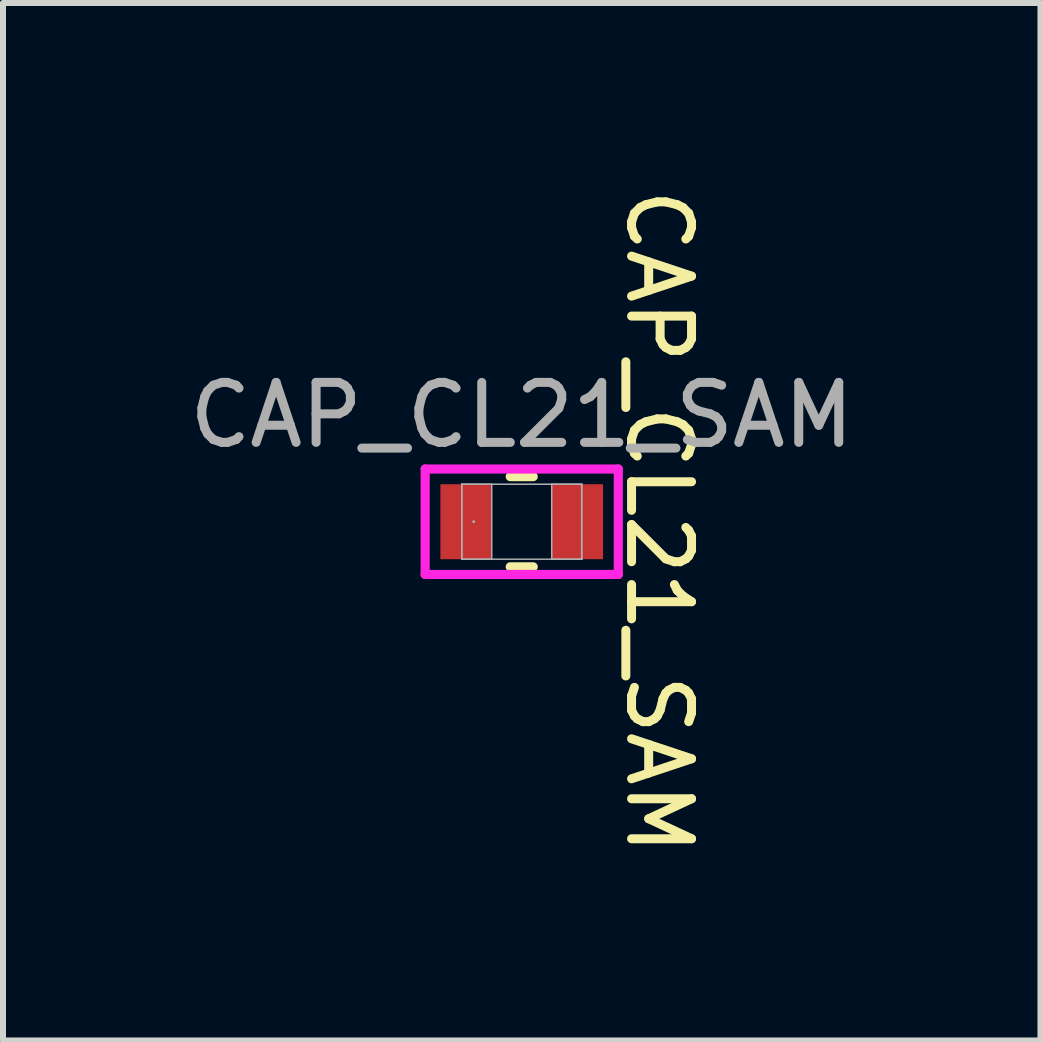
<source format=kicad_pcb>
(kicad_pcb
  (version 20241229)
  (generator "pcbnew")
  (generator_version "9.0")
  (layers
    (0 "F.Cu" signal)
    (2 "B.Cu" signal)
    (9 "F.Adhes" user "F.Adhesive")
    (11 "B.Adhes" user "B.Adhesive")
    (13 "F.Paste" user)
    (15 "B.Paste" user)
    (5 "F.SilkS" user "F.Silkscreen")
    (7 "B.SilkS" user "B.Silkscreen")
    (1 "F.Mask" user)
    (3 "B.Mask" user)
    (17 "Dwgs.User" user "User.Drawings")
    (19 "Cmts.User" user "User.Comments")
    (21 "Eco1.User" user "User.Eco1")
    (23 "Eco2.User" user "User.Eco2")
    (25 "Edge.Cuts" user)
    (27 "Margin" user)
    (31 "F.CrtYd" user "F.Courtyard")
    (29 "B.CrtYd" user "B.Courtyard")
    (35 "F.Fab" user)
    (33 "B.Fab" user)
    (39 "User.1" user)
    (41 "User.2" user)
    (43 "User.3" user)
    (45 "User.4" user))
  (footprint "CAP_CL21_SAM"
    (layer "F.Cu")
    (at 5.649 5.649)
    (property "Reference" "CAP_CL21_SAM" (at 2.286 0 270) (unlocked yes) (layer "F.SilkS") (effects (font (size 1 1) (thickness 0.15))))
    (attr smd)
    (fp_line (start -0.192 0.752) (end 0.192 0.752) (stroke (width 0.152) (type solid)) (layer "F.SilkS"))
    (fp_line (start 0.192 -0.752) (end -0.192 -0.752) (stroke (width 0.152) (type solid)) (layer "F.SilkS"))
    (fp_line (start -1.61 -0.879) (end 1.61 -0.879) (stroke (width 0.152) (type solid)) (layer "F.CrtYd"))
    (fp_line (start -1.61 0.879) (end -1.61 -0.879) (stroke (width 0.152) (type solid)) (layer "F.CrtYd"))
    (fp_line (start 1.61 -0.879) (end 1.61 0.879) (stroke (width 0.152) (type solid)) (layer "F.CrtYd"))
    (fp_line (start 1.61 0.879) (end -1.61 0.879) (stroke (width 0.152) (type solid)) (layer "F.CrtYd"))
    (fp_line (start -1 -0.625) (end -1 0.625) (stroke (width 0.025) (type solid)) (layer "F.Fab"))
    (fp_line (start -1 -0.625) (end -1 0.625) (stroke (width 0.025) (type solid)) (layer "F.Fab"))
    (fp_line (start -1 0.625) (end -0.5 0.625) (stroke (width 0.025) (type solid)) (layer "F.Fab"))
    (fp_line (start -1 0.625) (end 1 0.625) (stroke (width 0.025) (type solid)) (layer "F.Fab"))
    (fp_line (start -0.5 -0.625) (end -1 -0.625) (stroke (width 0.025) (type solid)) (layer "F.Fab"))
    (fp_line (start -0.5 0.625) (end -0.5 -0.625) (stroke (width 0.025) (type solid)) (layer "F.Fab"))
    (fp_line (start 0.5 -0.625) (end 0.5 0.625) (stroke (width 0.025) (type solid)) (layer "F.Fab"))
    (fp_line (start 0.5 0.625) (end 1 0.625) (stroke (width 0.025) (type solid)) (layer "F.Fab"))
    (fp_line (start 1 -0.625) (end -1 -0.625) (stroke (width 0.025) (type solid)) (layer "F.Fab"))
    (fp_line (start 1 -0.625) (end 0.5 -0.625) (stroke (width 0.025) (type solid)) (layer "F.Fab"))
    (fp_line (start 1 0.625) (end 1 -0.625) (stroke (width 0.025) (type solid)) (layer "F.Fab"))
    (fp_line (start 1 0.625) (end 1 -0.625) (stroke (width 0.025) (type solid)) (layer "F.Fab"))
    (fp_circle (center -0.801 0) (end -0.801 0) (stroke (width 0.025) (type solid)) (fill no) (layer "F.Fab"))
    (fp_text user "${REFERENCE}" (at 0 -1.778 0) (unlocked yes) (layer "F.Fab") (effects (font (size 1 1) (thickness 0.15))))
    (pad "1" smd rect (at -0.928 0) (size 0.856 1.25) (layers "F.Cu" "F.Mask" "F.Paste"))
    (pad "2" smd rect (at 0.928 0) (size 0.856 1.25) (layers "F.Cu" "F.Mask" "F.Paste"))
    (zone (net_name "") (layer "F.Cu") (hatch full 0.508) (connect_pads) (min_thickness 0.254) (filled_areas_thickness no) (keepout (tracks not_allowed) (vias not_allowed) (pads allowed) (copperpour not_allowed) (footprints allowed)) (placement (enabled no)) (fill) (polygon (pts (xy 5.2 5.075) (xy 6.098 5.075) (xy 6.098 6.223) (xy 5.2 6.223)))))
  (gr_rect
    (start -3 -3)
    (end 14.298 14.298)
    (stroke (width 0.1) (type default))
    (fill no)
    (layer "Edge.Cuts")))
</source>
